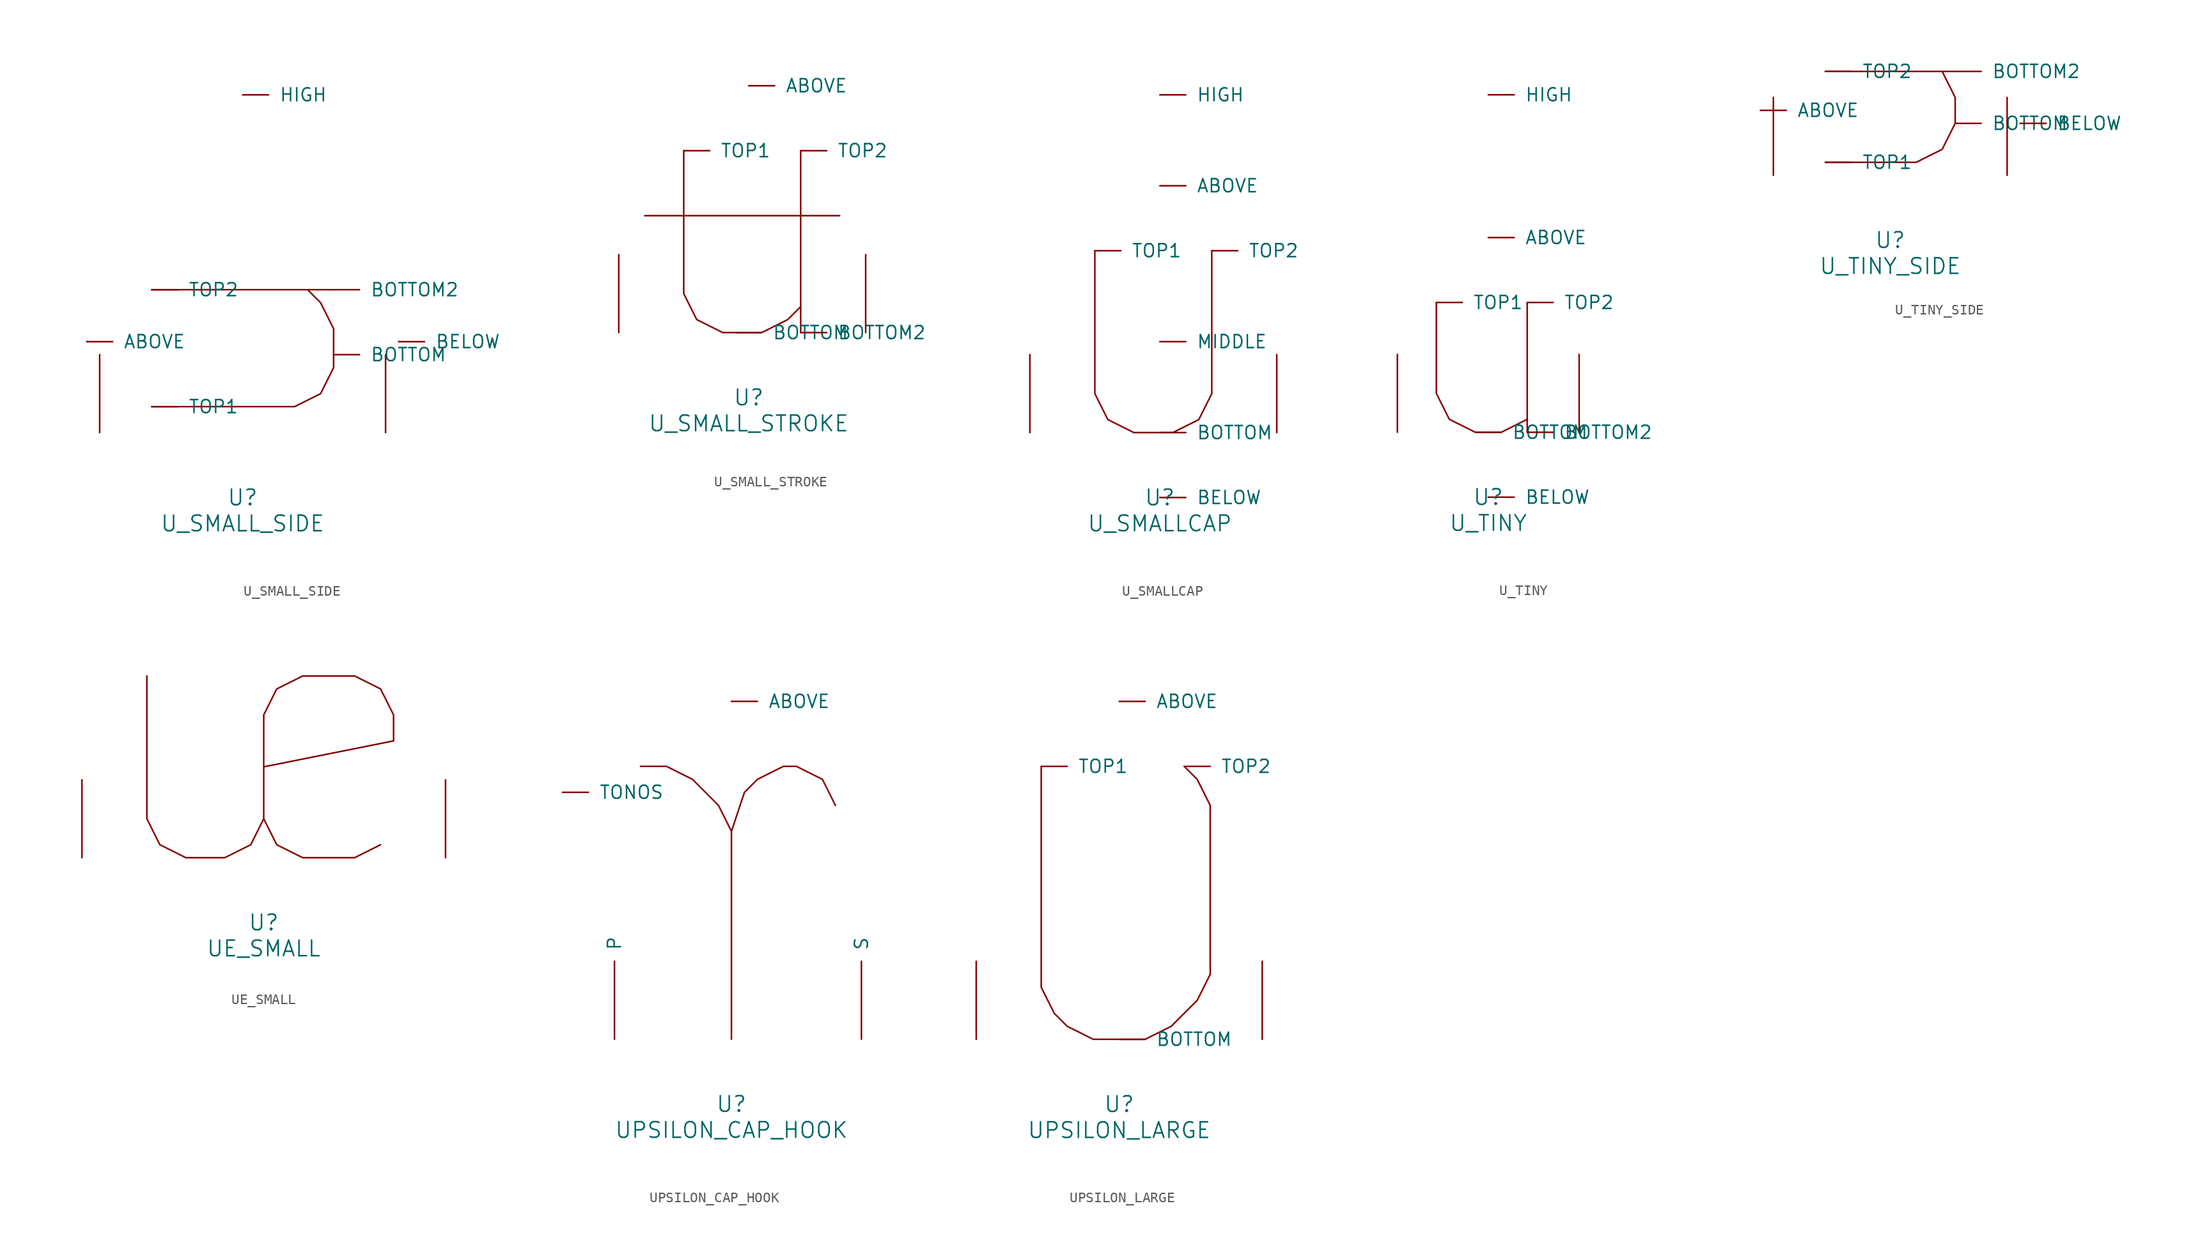
<source format=kicad_sym>
(kicad_symbol_lib
  (version 20220914)
  (generator font_lib2sym)
  (symbol "U_SMALL_SIDE"
    (pin_names
      (offset 1.016))
    (property "Reference" "U"
      (at 0 -6.35 0)
      (effects (font (size 1.524 1.524))))
    (property "Value" "U_SMALL_SIDE"
      (at 0 -8.89 0)
      (effects (font (size 1.524 1.524))))
    (symbol "U_SMALL_SIDE_0_1"
      (polyline (pts (xy -8.89 13.97) (xy 8.89 13.97)) (stroke (width 0) (type solid)) (fill (type none)))
      (polyline (pts (xy -8.89 2.54) (xy 5.08 2.54) (xy 7.62 3.81) (xy 8.89 6.35) (xy 8.89 10.16) (xy 7.62 12.7) (xy 6.35 13.97)) (stroke (width 0) (type solid)) (fill (type none)))
      (pin input line (at -15.24 8.89 0) (length 2.54) (name "ABOVE" (effects (font (size 1.27 1.27)))) (number "~" (effects (font (size 1.27 1.27)))))
      (pin input line (at 15.24 8.89 0) (length 2.54) (name "BELOW" (effects (font (size 1.27 1.27)))) (number "~" (effects (font (size 1.27 1.27)))))
      (pin input line (at 8.89 7.62 0) (length 2.54) (name "BOTTOM" (effects (font (size 1.27 1.27)))) (number "~" (effects (font (size 1.27 1.27)))))
      (pin input line (at 8.89 13.97 0) (length 2.54) (name "BOTTOM2" (effects (font (size 1.27 1.27)))) (number "~" (effects (font (size 1.27 1.27)))))
      (pin input line (at 0 33.02 0) (length 2.54) (name "HIGH" (effects (font (size 1.27 1.27)))) (number "~" (effects (font (size 1.27 1.27)))))
      (pin input line (at -8.89 2.54 0) (length 2.54) (name "TOP1" (effects (font (size 1.27 1.27)))) (number "~" (effects (font (size 1.27 1.27)))))
      (pin input line (at -8.89 13.97 0) (length 2.54) (name "TOP2" (effects (font (size 1.27 1.27)))) (number "~" (effects (font (size 1.27 1.27)))))
      (pin input line (at -13.97 0 90) (length 7.62) (name "~" (effects (font (size 1.27 1.27)))) (number "~" (effects (font (size 1.27 1.27)))))
      (pin input line (at 13.97 0 90) (length 7.62) (name "~" (effects (font (size 1.27 1.27)))) (number "~" (effects (font (size 1.27 1.27)))))))
  (symbol "U_SMALL_STROKE"
    (pin_names
      (offset 1.016))
    (property "Reference" "U"
      (at 0 -6.35 0)
      (effects (font (size 1.524 1.524))))
    (property "Value" "U_SMALL_STROKE"
      (at 0 -8.89 0)
      (effects (font (size 1.524 1.524))))
    (symbol "U_SMALL_STROKE_0_1"
      (polyline (pts (xy -10.16 11.43) (xy 8.89 11.43)) (stroke (width 0) (type solid)) (fill (type none)))
      (polyline (pts (xy 5.08 17.78) (xy 5.08 0)) (stroke (width 0) (type solid)) (fill (type none)))
      (polyline (pts (xy -6.35 17.78) (xy -6.35 3.81) (xy -5.08 1.27) (xy -2.54 0) (xy 1.27 0) (xy 3.81 1.27) (xy 5.08 2.54)) (stroke (width 0) (type solid)) (fill (type none)))
      (pin input line (at 0 24.13 0) (length 2.54) (name "ABOVE" (effects (font (size 1.27 1.27)))) (number "~" (effects (font (size 1.27 1.27)))))
      (pin input line (at -1.27 0 0) (length 2.54) (name "BOTTOM" (effects (font (size 1.27 1.27)))) (number "~" (effects (font (size 1.27 1.27)))))
      (pin input line (at 5.08 0 0) (length 2.54) (name "BOTTOM2" (effects (font (size 1.27 1.27)))) (number "~" (effects (font (size 1.27 1.27)))))
      (pin input line (at -6.35 17.78 0) (length 2.54) (name "TOP1" (effects (font (size 1.27 1.27)))) (number "~" (effects (font (size 1.27 1.27)))))
      (pin input line (at 5.08 17.78 0) (length 2.54) (name "TOP2" (effects (font (size 1.27 1.27)))) (number "~" (effects (font (size 1.27 1.27)))))
      (pin input line (at -12.7 0 90) (length 7.62) (name "~" (effects (font (size 1.27 1.27)))) (number "~" (effects (font (size 1.27 1.27)))))
      (pin input line (at 11.43 0 90) (length 7.62) (name "~" (effects (font (size 1.27 1.27)))) (number "~" (effects (font (size 1.27 1.27)))))))
  (symbol "U_SMALLCAP"
    (pin_names
      (offset 1.016))
    (property "Reference" "U"
      (at 0 -6.35 0)
      (effects (font (size 1.524 1.524))))
    (property "Value" "U_SMALLCAP"
      (at 0 -8.89 0)
      (effects (font (size 1.524 1.524))))
    (symbol "U_SMALLCAP_0_1"
      (polyline (pts (xy -6.35 17.78) (xy -6.35 3.81) (xy -5.08 1.27) (xy -2.54 0) (xy 1.27 0) (xy 3.81 1.27) (xy 5.08 3.81) (xy 5.08 17.78)) (stroke (width 0) (type solid)) (fill (type none)))
      (pin input line (at 0 24.13 0) (length 2.54) (name "ABOVE" (effects (font (size 1.27 1.27)))) (number "~" (effects (font (size 1.27 1.27)))))
      (pin input line (at 0 -6.35 0) (length 2.54) (name "BELOW" (effects (font (size 1.27 1.27)))) (number "~" (effects (font (size 1.27 1.27)))))
      (pin input line (at 0 0 0) (length 2.54) (name "BOTTOM" (effects (font (size 1.27 1.27)))) (number "~" (effects (font (size 1.27 1.27)))))
      (pin input line (at 0 33.02 0) (length 2.54) (name "HIGH" (effects (font (size 1.27 1.27)))) (number "~" (effects (font (size 1.27 1.27)))))
      (pin input line (at 0 8.89 0) (length 2.54) (name "MIDDLE" (effects (font (size 1.27 1.27)))) (number "~" (effects (font (size 1.27 1.27)))))
      (pin input line (at -6.35 17.78 0) (length 2.54) (name "TOP1" (effects (font (size 1.27 1.27)))) (number "~" (effects (font (size 1.27 1.27)))))
      (pin input line (at 5.08 17.78 0) (length 2.54) (name "TOP2" (effects (font (size 1.27 1.27)))) (number "~" (effects (font (size 1.27 1.27)))))
      (pin input line (at -12.7 0 90) (length 7.62) (name "~" (effects (font (size 1.27 1.27)))) (number "~" (effects (font (size 1.27 1.27)))))
      (pin input line (at 11.43 0 90) (length 7.62) (name "~" (effects (font (size 1.27 1.27)))) (number "~" (effects (font (size 1.27 1.27)))))))
  (symbol "U_TINY"
    (pin_names
      (offset 1.016))
    (property "Reference" "U"
      (at 0 -6.35 0)
      (effects (font (size 1.524 1.524))))
    (property "Value" "U_TINY"
      (at 0 -8.89 0)
      (effects (font (size 1.524 1.524))))
    (symbol "U_TINY_0_1"
      (polyline (pts (xy 3.81 12.7) (xy 3.81 0)) (stroke (width 0) (type solid)) (fill (type none)))
      (polyline (pts (xy -5.08 12.7) (xy -5.08 3.81) (xy -3.81 1.27) (xy -1.27 0) (xy 1.27 0) (xy 3.81 1.27)) (stroke (width 0) (type solid)) (fill (type none)))
      (pin input line (at 0 19.05 0) (length 2.54) (name "ABOVE" (effects (font (size 1.27 1.27)))) (number "~" (effects (font (size 1.27 1.27)))))
      (pin input line (at 0 -6.35 0) (length 2.54) (name "BELOW" (effects (font (size 1.27 1.27)))) (number "~" (effects (font (size 1.27 1.27)))))
      (pin input line (at -1.27 0 0) (length 2.54) (name "BOTTOM" (effects (font (size 1.27 1.27)))) (number "~" (effects (font (size 1.27 1.27)))))
      (pin input line (at 3.81 0 0) (length 2.54) (name "BOTTOM2" (effects (font (size 1.27 1.27)))) (number "~" (effects (font (size 1.27 1.27)))))
      (pin input line (at 0 33.02 0) (length 2.54) (name "HIGH" (effects (font (size 1.27 1.27)))) (number "~" (effects (font (size 1.27 1.27)))))
      (pin input line (at -5.08 12.7 0) (length 2.54) (name "TOP1" (effects (font (size 1.27 1.27)))) (number "~" (effects (font (size 1.27 1.27)))))
      (pin input line (at 3.81 12.7 0) (length 2.54) (name "TOP2" (effects (font (size 1.27 1.27)))) (number "~" (effects (font (size 1.27 1.27)))))
      (pin input line (at -8.89 0 90) (length 7.62) (name "~" (effects (font (size 1.27 1.27)))) (number "~" (effects (font (size 1.27 1.27)))))
      (pin input line (at 8.89 0 90) (length 7.62) (name "~" (effects (font (size 1.27 1.27)))) (number "~" (effects (font (size 1.27 1.27)))))))
  (symbol "U_TINY_SIDE"
    (pin_names
      (offset 1.016))
    (property "Reference" "U"
      (at 0 -6.35 0)
      (effects (font (size 1.524 1.524))))
    (property "Value" "U_TINY_SIDE"
      (at 0 -8.89 0)
      (effects (font (size 1.524 1.524))))
    (symbol "U_TINY_SIDE_0_1"
      (polyline (pts (xy -6.35 10.16) (xy 6.35 10.16)) (stroke (width 0) (type solid)) (fill (type none)))
      (polyline (pts (xy -6.35 1.27) (xy 2.54 1.27) (xy 5.08 2.54) (xy 6.35 5.08) (xy 6.35 7.62) (xy 5.08 10.16)) (stroke (width 0) (type solid)) (fill (type none)))
      (pin input line (at -12.7 6.35 0) (length 2.54) (name "ABOVE" (effects (font (size 1.27 1.27)))) (number "~" (effects (font (size 1.27 1.27)))))
      (pin input line (at 12.7 5.08 0) (length 2.54) (name "BELOW" (effects (font (size 1.27 1.27)))) (number "~" (effects (font (size 1.27 1.27)))))
      (pin input line (at 6.35 5.08 0) (length 2.54) (name "BOTTOM" (effects (font (size 1.27 1.27)))) (number "~" (effects (font (size 1.27 1.27)))))
      (pin input line (at 6.35 10.16 0) (length 2.54) (name "BOTTOM2" (effects (font (size 1.27 1.27)))) (number "~" (effects (font (size 1.27 1.27)))))
      (pin input line (at -6.35 1.27 0) (length 2.54) (name "TOP1" (effects (font (size 1.27 1.27)))) (number "~" (effects (font (size 1.27 1.27)))))
      (pin input line (at -6.35 10.16 0) (length 2.54) (name "TOP2" (effects (font (size 1.27 1.27)))) (number "~" (effects (font (size 1.27 1.27)))))
      (pin input line (at -11.43 0 90) (length 7.62) (name "~" (effects (font (size 1.27 1.27)))) (number "~" (effects (font (size 1.27 1.27)))))
      (pin input line (at 11.43 0 90) (length 7.62) (name "~" (effects (font (size 1.27 1.27)))) (number "~" (effects (font (size 1.27 1.27)))))))
  (symbol "UE_SMALL"
    (pin_names
      (offset 1.016))
    (property "Reference" "U"
      (at 0 -6.35 0)
      (effects (font (size 1.524 1.524))))
    (property "Value" "UE_SMALL"
      (at 0 -8.89 0)
      (effects (font (size 1.524 1.524))))
    (symbol "UE_SMALL_0_1"
      (polyline (pts (xy -11.43 17.78) (xy -11.43 3.81) (xy -10.16 1.27) (xy -7.62 0) (xy -3.81 0) (xy -1.27 1.27) (xy 0 3.81)) (stroke (width 0) (type solid)) (fill (type none)))
      (polyline (pts (xy 11.43 1.27) (xy 8.89 0) (xy 3.81 0) (xy 1.27 1.27) (xy 0 3.81) (xy 0 13.97) (xy 1.27 16.51) (xy 3.81 17.78) (xy 8.89 17.78) (xy 11.43 16.51) (xy 12.7 13.97) (xy 12.7 11.43) (xy 0 8.89)) (stroke (width 0) (type solid)) (fill (type none)))
      (pin input line (at -17.78 0 90) (length 7.62) (name "~" (effects (font (size 1.27 1.27)))) (number "~" (effects (font (size 1.27 1.27)))))
      (pin input line (at 17.78 0 90) (length 7.62) (name "~" (effects (font (size 1.27 1.27)))) (number "~" (effects (font (size 1.27 1.27)))))))
  (symbol "UPSILON_CAP_HOOK"
    (pin_names
      (offset 1.016))
    (property "Reference" "U"
      (at 0 -6.35 0)
      (effects (font (size 1.524 1.524))))
    (property "Value" "UPSILON_CAP_HOOK"
      (at 0 -8.89 0)
      (effects (font (size 1.524 1.524))))
    (symbol "UPSILON_CAP_HOOK_0_1"
      (polyline (pts (xy -8.89 26.67) (xy -6.35 26.67) (xy -3.81 25.4) (xy -1.27 22.86) (xy 0 20.32) (xy 0 0)) (stroke (width 0) (type solid)) (fill (type none)))
      (polyline (pts (xy 0 20.32) (xy 1.27 24.13) (xy 2.54 25.4) (xy 5.08 26.67) (xy 6.35 26.67) (xy 8.89 25.4) (xy 10.16 22.86)) (stroke (width 0) (type solid)) (fill (type none)))
      (pin input line (at 0 33.02 0) (length 2.54) (name "ABOVE" (effects (font (size 1.27 1.27)))) (number "~" (effects (font (size 1.27 1.27)))))
      (pin input line (at -11.43 0 90) (length 7.62) (name "P" (effects (font (size 1.27 1.27)))) (number "~" (effects (font (size 1.27 1.27)))))
      (pin input line (at 12.7 0 90) (length 7.62) (name "S" (effects (font (size 1.27 1.27)))) (number "~" (effects (font (size 1.27 1.27)))))
      (pin input line (at -16.51 24.13 0) (length 2.54) (name "TONOS" (effects (font (size 1.27 1.27)))) (number "~" (effects (font (size 1.27 1.27)))))))
  (symbol "UPSILON_LARGE"
    (pin_names
      (offset 1.016))
    (property "Reference" "U"
      (at 0 -6.35 0)
      (effects (font (size 1.524 1.524))))
    (property "Value" "UPSILON_LARGE"
      (at 0 -8.89 0)
      (effects (font (size 1.524 1.524))))
    (symbol "UPSILON_LARGE_0_1"
      (polyline (pts (xy -7.62 26.67) (xy -7.62 5.08) (xy -6.35 2.54) (xy -5.08 1.27) (xy -2.54 0) (xy 2.54 0) (xy 5.08 1.27) (xy 7.62 3.81) (xy 8.89 6.35) (xy 8.89 22.86) (xy 7.62 25.4) (xy 6.35 26.67)) (stroke (width 0) (type solid)) (fill (type none)))
      (pin input line (at 0 33.02 0) (length 2.54) (name "ABOVE" (effects (font (size 1.27 1.27)))) (number "~" (effects (font (size 1.27 1.27)))))
      (pin input line (at 0 0 0) (length 2.54) (name "BOTTOM" (effects (font (size 1.27 1.27)))) (number "~" (effects (font (size 1.27 1.27)))))
      (pin input line (at -7.62 26.67 0) (length 2.54) (name "TOP1" (effects (font (size 1.27 1.27)))) (number "~" (effects (font (size 1.27 1.27)))))
      (pin input line (at 6.35 26.67 0) (length 2.54) (name "TOP2" (effects (font (size 1.27 1.27)))) (number "~" (effects (font (size 1.27 1.27)))))
      (pin input line (at -13.97 0 90) (length 7.62) (name "~" (effects (font (size 1.27 1.27)))) (number "~" (effects (font (size 1.27 1.27)))))
      (pin input line (at 13.97 0 90) (length 7.62) (name "~" (effects (font (size 1.27 1.27)))) (number "~" (effects (font (size 1.27 1.27))))))))
</source>
